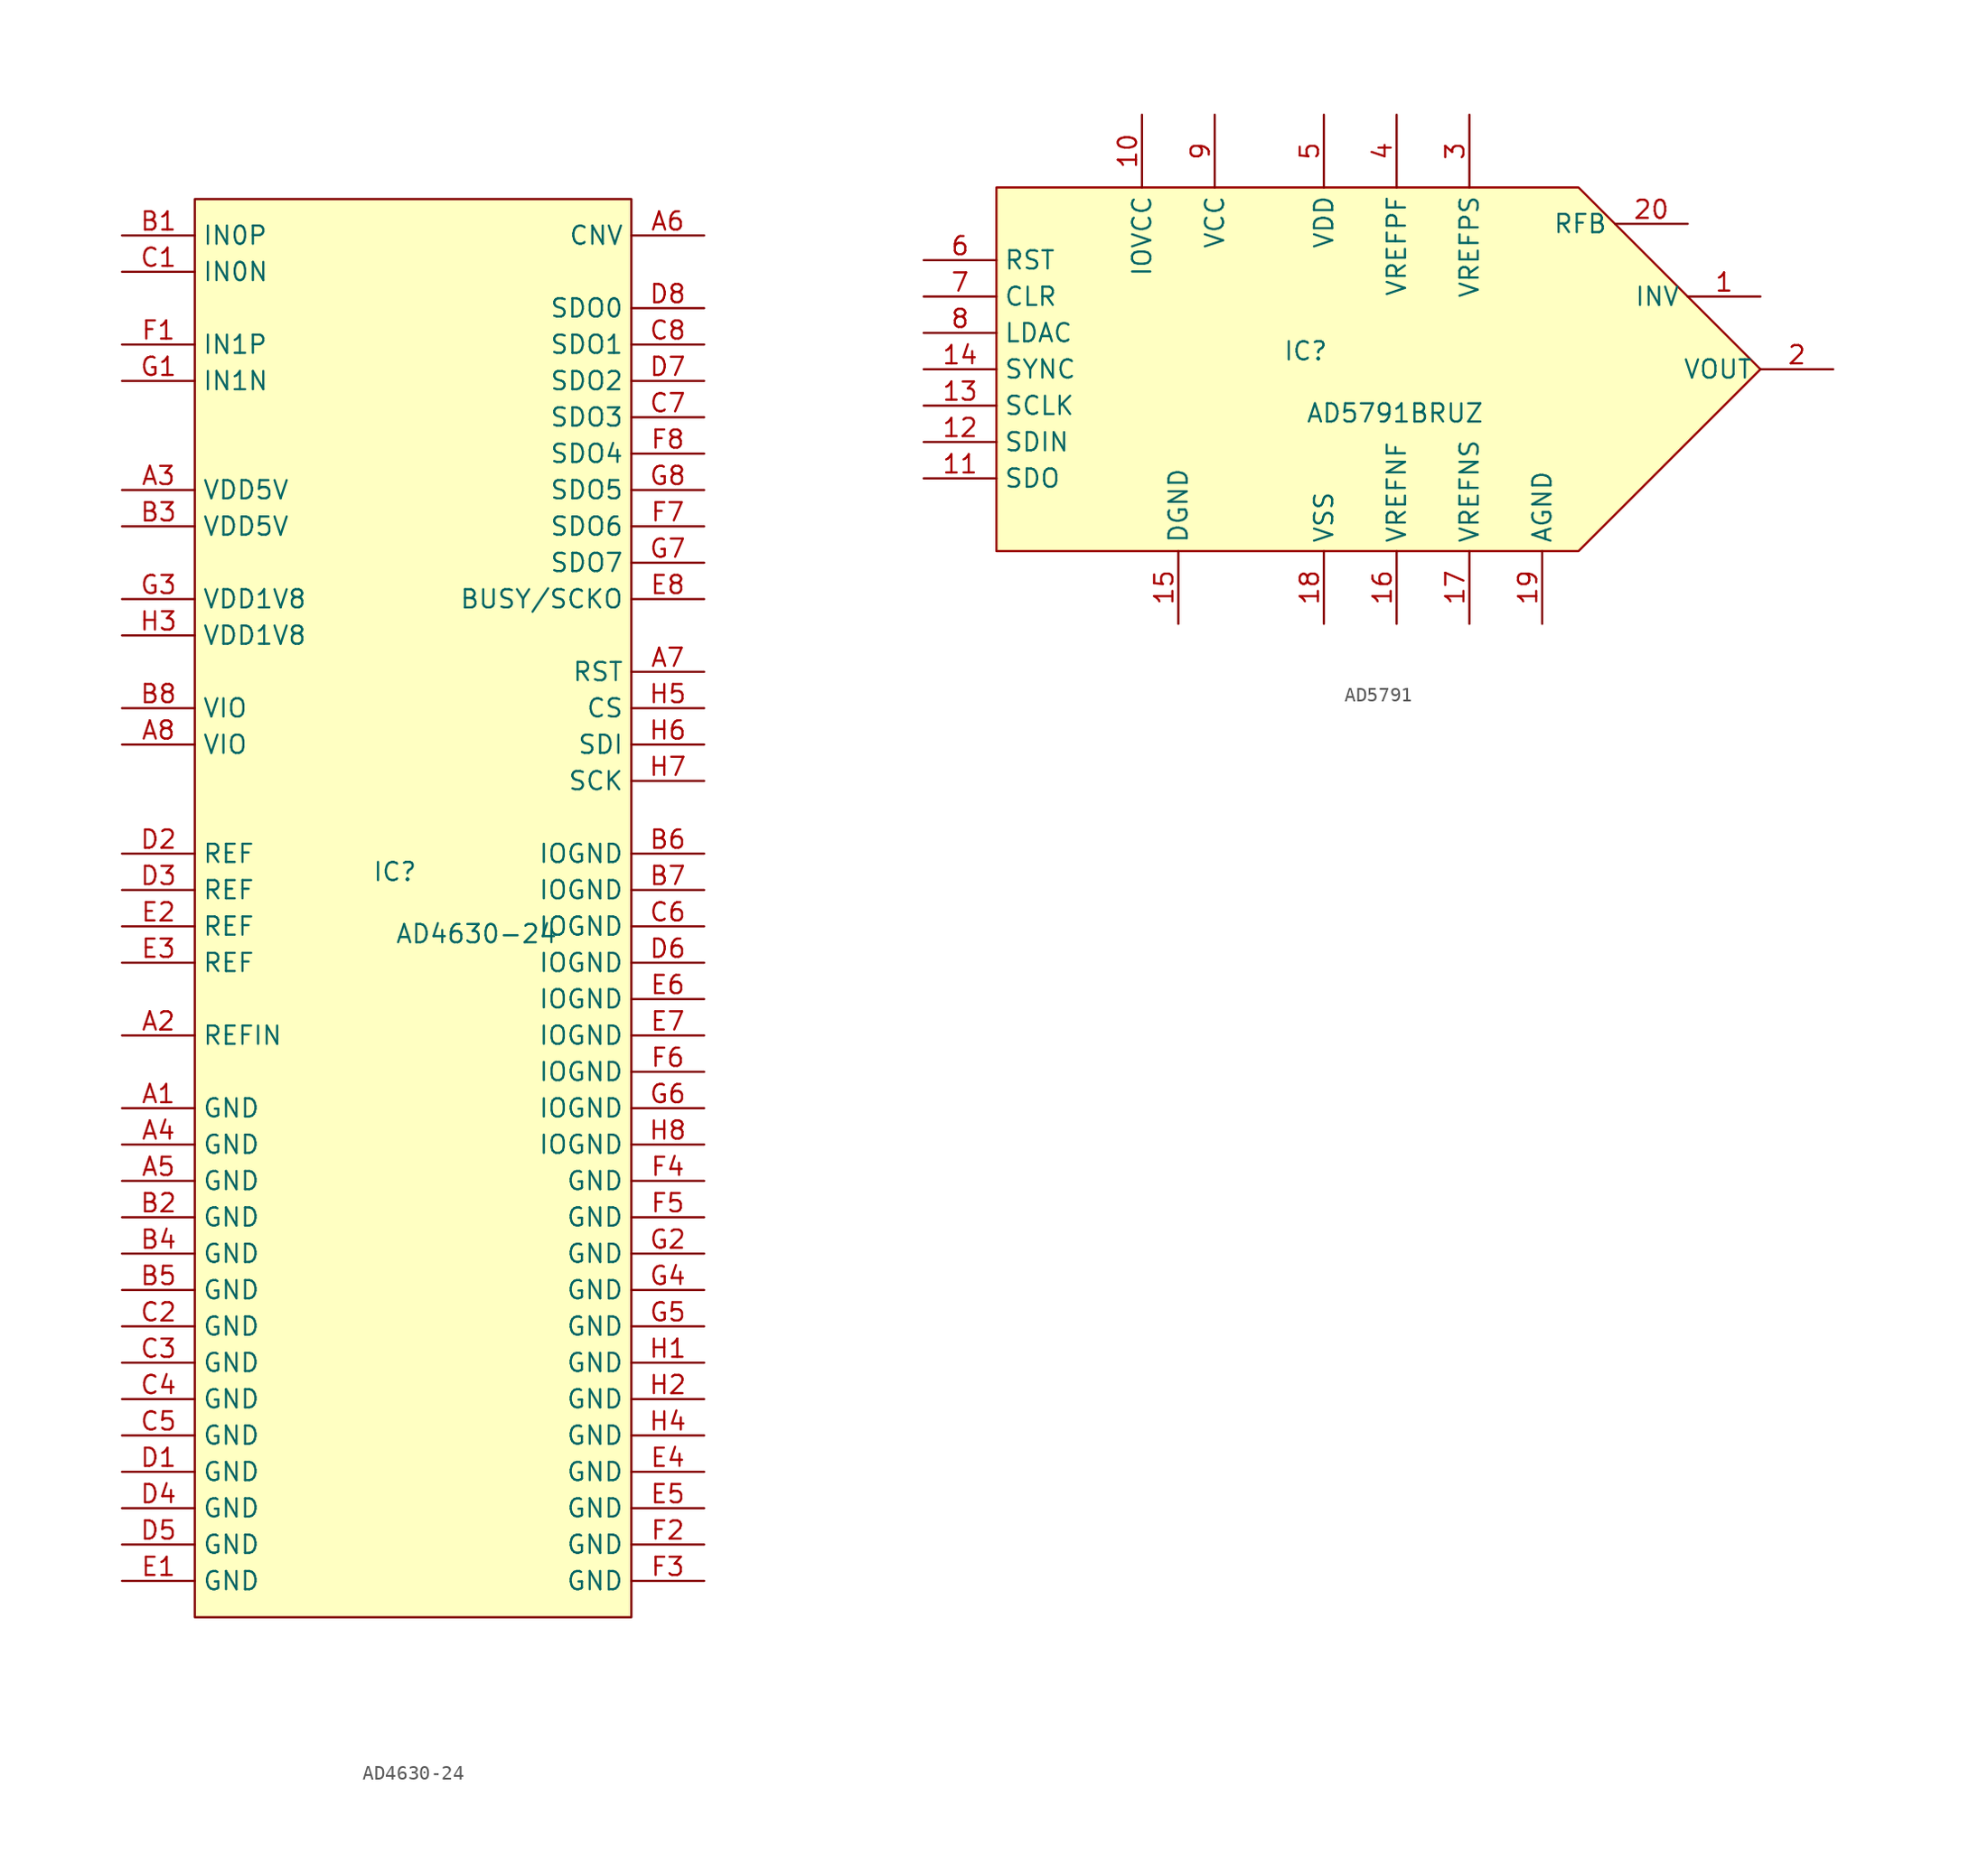
<source format=kicad_sym>
(kicad_symbol_lib
  (version 20231120)
  (generator "kicad_symbol_editor")
  (generator_version "8.0")
  (symbol "AD4630-24"
    (property "Reference" "IC"
      (at -1.27 1.27 0)
      (effects (font (size 1.27 1.27))))
    (property "Value" "AD4630-24"
      (at -1.27 -3.81 0)
      (effects (font (size 1.27 1.27)) (justify left bottom)))
    (symbol "AD4630-24_1_0"
      (rectangle (start -15.24 48.26) (end 15.24 -50.8) (stroke (width 0) (type solid) (color 128 0 0 1)) (fill (type background)))
      (pin passive line (at -20.32 -15.24 0) (length 5.08) (name "GND" (effects (font (size 1.27 1.27)))) (number "A1" (effects (font (size 1.27 1.27)))))
      (pin passive line (at -20.32 -10.16 0) (length 5.08) (name "REFIN" (effects (font (size 1.27 1.27)))) (number "A2" (effects (font (size 1.27 1.27)))))
      (pin passive line (at -20.32 27.94 0) (length 5.08) (name "VDD5V" (effects (font (size 1.27 1.27)))) (number "A3" (effects (font (size 1.27 1.27)))))
      (pin passive line (at -20.32 -17.78 0) (length 5.08) (name "GND" (effects (font (size 1.27 1.27)))) (number "A4" (effects (font (size 1.27 1.27)))))
      (pin passive line (at -20.32 -20.32 0) (length 5.08) (name "GND" (effects (font (size 1.27 1.27)))) (number "A5" (effects (font (size 1.27 1.27)))))
      (pin input line (at 20.32 45.72 180) (length 5.08) (name "CNV" (effects (font (size 1.27 1.27)))) (number "A6" (effects (font (size 1.27 1.27)))))
      (pin input line (at 20.32 15.24 180) (length 5.08) (name "RST" (effects (font (size 1.27 1.27)))) (number "A7" (effects (font (size 1.27 1.27)))))
      (pin passive line (at -20.32 10.16 0) (length 5.08) (name "VIO" (effects (font (size 1.27 1.27)))) (number "A8" (effects (font (size 1.27 1.27)))))
      (pin passive line (at -20.32 45.72 0) (length 5.08) (name "IN0P" (effects (font (size 1.27 1.27)))) (number "B1" (effects (font (size 1.27 1.27)))))
      (pin passive line (at -20.32 -22.86 0) (length 5.08) (name "GND" (effects (font (size 1.27 1.27)))) (number "B2" (effects (font (size 1.27 1.27)))))
      (pin passive line (at -20.32 25.4 0) (length 5.08) (name "VDD5V" (effects (font (size 1.27 1.27)))) (number "B3" (effects (font (size 1.27 1.27)))))
      (pin passive line (at -20.32 -25.4 0) (length 5.08) (name "GND" (effects (font (size 1.27 1.27)))) (number "B4" (effects (font (size 1.27 1.27)))))
      (pin passive line (at -20.32 -27.94 0) (length 5.08) (name "GND" (effects (font (size 1.27 1.27)))) (number "B5" (effects (font (size 1.27 1.27)))))
      (pin passive line (at 20.32 2.54 180) (length 5.08) (name "IOGND" (effects (font (size 1.27 1.27)))) (number "B6" (effects (font (size 1.27 1.27)))))
      (pin passive line (at 20.32 0 180) (length 5.08) (name "IOGND" (effects (font (size 1.27 1.27)))) (number "B7" (effects (font (size 1.27 1.27)))))
      (pin passive line (at -20.32 12.7 0) (length 5.08) (name "VIO" (effects (font (size 1.27 1.27)))) (number "B8" (effects (font (size 1.27 1.27)))))
      (pin passive line (at -20.32 43.18 0) (length 5.08) (name "IN0N" (effects (font (size 1.27 1.27)))) (number "C1" (effects (font (size 1.27 1.27)))))
      (pin passive line (at -20.32 -30.48 0) (length 5.08) (name "GND" (effects (font (size 1.27 1.27)))) (number "C2" (effects (font (size 1.27 1.27)))))
      (pin passive line (at -20.32 -33.02 0) (length 5.08) (name "GND" (effects (font (size 1.27 1.27)))) (number "C3" (effects (font (size 1.27 1.27)))))
      (pin passive line (at -20.32 -35.56 0) (length 5.08) (name "GND" (effects (font (size 1.27 1.27)))) (number "C4" (effects (font (size 1.27 1.27)))))
      (pin passive line (at -20.32 -38.1 0) (length 5.08) (name "GND" (effects (font (size 1.27 1.27)))) (number "C5" (effects (font (size 1.27 1.27)))))
      (pin passive line (at 20.32 -2.54 180) (length 5.08) (name "IOGND" (effects (font (size 1.27 1.27)))) (number "C6" (effects (font (size 1.27 1.27)))))
      (pin output line (at 20.32 33.02 180) (length 5.08) (name "SDO3" (effects (font (size 1.27 1.27)))) (number "C7" (effects (font (size 1.27 1.27)))))
      (pin output line (at 20.32 38.1 180) (length 5.08) (name "SDO1" (effects (font (size 1.27 1.27)))) (number "C8" (effects (font (size 1.27 1.27)))))
      (pin passive line (at -20.32 -40.64 0) (length 5.08) (name "GND" (effects (font (size 1.27 1.27)))) (number "D1" (effects (font (size 1.27 1.27)))))
      (pin passive line (at -20.32 2.54 0) (length 5.08) (name "REF" (effects (font (size 1.27 1.27)))) (number "D2" (effects (font (size 1.27 1.27)))))
      (pin passive line (at -20.32 0 0) (length 5.08) (name "REF" (effects (font (size 1.27 1.27)))) (number "D3" (effects (font (size 1.27 1.27)))))
      (pin passive line (at -20.32 -43.18 0) (length 5.08) (name "GND" (effects (font (size 1.27 1.27)))) (number "D4" (effects (font (size 1.27 1.27)))))
      (pin passive line (at -20.32 -45.72 0) (length 5.08) (name "GND" (effects (font (size 1.27 1.27)))) (number "D5" (effects (font (size 1.27 1.27)))))
      (pin passive line (at 20.32 -5.08 180) (length 5.08) (name "IOGND" (effects (font (size 1.27 1.27)))) (number "D6" (effects (font (size 1.27 1.27)))))
      (pin output line (at 20.32 35.56 180) (length 5.08) (name "SDO2" (effects (font (size 1.27 1.27)))) (number "D7" (effects (font (size 1.27 1.27)))))
      (pin output line (at 20.32 40.64 180) (length 5.08) (name "SDO0" (effects (font (size 1.27 1.27)))) (number "D8" (effects (font (size 1.27 1.27)))))
      (pin passive line (at -20.32 -48.26 0) (length 5.08) (name "GND" (effects (font (size 1.27 1.27)))) (number "E1" (effects (font (size 1.27 1.27)))))
      (pin passive line (at -20.32 -2.54 0) (length 5.08) (name "REF" (effects (font (size 1.27 1.27)))) (number "E2" (effects (font (size 1.27 1.27)))))
      (pin passive line (at -20.32 -5.08 0) (length 5.08) (name "REF" (effects (font (size 1.27 1.27)))) (number "E3" (effects (font (size 1.27 1.27)))))
      (pin passive line (at 20.32 -40.64 180) (length 5.08) (name "GND" (effects (font (size 1.27 1.27)))) (number "E4" (effects (font (size 1.27 1.27)))))
      (pin passive line (at 20.32 -43.18 180) (length 5.08) (name "GND" (effects (font (size 1.27 1.27)))) (number "E5" (effects (font (size 1.27 1.27)))))
      (pin passive line (at 20.32 -7.62 180) (length 5.08) (name "IOGND" (effects (font (size 1.27 1.27)))) (number "E6" (effects (font (size 1.27 1.27)))))
      (pin passive line (at 20.32 -10.16 180) (length 5.08) (name "IOGND" (effects (font (size 1.27 1.27)))) (number "E7" (effects (font (size 1.27 1.27)))))
      (pin output line (at 20.32 20.32 180) (length 5.08) (name "BUSY/SCKO" (effects (font (size 1.27 1.27)))) (number "E8" (effects (font (size 1.27 1.27)))))
      (pin passive line (at -20.32 38.1 0) (length 5.08) (name "IN1P" (effects (font (size 1.27 1.27)))) (number "F1" (effects (font (size 1.27 1.27)))))
      (pin passive line (at 20.32 -45.72 180) (length 5.08) (name "GND" (effects (font (size 1.27 1.27)))) (number "F2" (effects (font (size 1.27 1.27)))))
      (pin passive line (at 20.32 -48.26 180) (length 5.08) (name "GND" (effects (font (size 1.27 1.27)))) (number "F3" (effects (font (size 1.27 1.27)))))
      (pin passive line (at 20.32 -20.32 180) (length 5.08) (name "GND" (effects (font (size 1.27 1.27)))) (number "F4" (effects (font (size 1.27 1.27)))))
      (pin passive line (at 20.32 -22.86 180) (length 5.08) (name "GND" (effects (font (size 1.27 1.27)))) (number "F5" (effects (font (size 1.27 1.27)))))
      (pin passive line (at 20.32 -12.7 180) (length 5.08) (name "IOGND" (effects (font (size 1.27 1.27)))) (number "F6" (effects (font (size 1.27 1.27)))))
      (pin output line (at 20.32 25.4 180) (length 5.08) (name "SDO6" (effects (font (size 1.27 1.27)))) (number "F7" (effects (font (size 1.27 1.27)))))
      (pin output line (at 20.32 30.48 180) (length 5.08) (name "SDO4" (effects (font (size 1.27 1.27)))) (number "F8" (effects (font (size 1.27 1.27)))))
      (pin passive line (at -20.32 35.56 0) (length 5.08) (name "IN1N" (effects (font (size 1.27 1.27)))) (number "G1" (effects (font (size 1.27 1.27)))))
      (pin passive line (at 20.32 -25.4 180) (length 5.08) (name "GND" (effects (font (size 1.27 1.27)))) (number "G2" (effects (font (size 1.27 1.27)))))
      (pin passive line (at -20.32 20.32 0) (length 5.08) (name "VDD1V8" (effects (font (size 1.27 1.27)))) (number "G3" (effects (font (size 1.27 1.27)))))
      (pin passive line (at 20.32 -27.94 180) (length 5.08) (name "GND" (effects (font (size 1.27 1.27)))) (number "G4" (effects (font (size 1.27 1.27)))))
      (pin passive line (at 20.32 -30.48 180) (length 5.08) (name "GND" (effects (font (size 1.27 1.27)))) (number "G5" (effects (font (size 1.27 1.27)))))
      (pin passive line (at 20.32 -15.24 180) (length 5.08) (name "IOGND" (effects (font (size 1.27 1.27)))) (number "G6" (effects (font (size 1.27 1.27)))))
      (pin output line (at 20.32 22.86 180) (length 5.08) (name "SDO7" (effects (font (size 1.27 1.27)))) (number "G7" (effects (font (size 1.27 1.27)))))
      (pin output line (at 20.32 27.94 180) (length 5.08) (name "SDO5" (effects (font (size 1.27 1.27)))) (number "G8" (effects (font (size 1.27 1.27)))))
      (pin passive line (at 20.32 -33.02 180) (length 5.08) (name "GND" (effects (font (size 1.27 1.27)))) (number "H1" (effects (font (size 1.27 1.27)))))
      (pin passive line (at 20.32 -35.56 180) (length 5.08) (name "GND" (effects (font (size 1.27 1.27)))) (number "H2" (effects (font (size 1.27 1.27)))))
      (pin passive line (at -20.32 17.78 0) (length 5.08) (name "VDD1V8" (effects (font (size 1.27 1.27)))) (number "H3" (effects (font (size 1.27 1.27)))))
      (pin passive line (at 20.32 -38.1 180) (length 5.08) (name "GND" (effects (font (size 1.27 1.27)))) (number "H4" (effects (font (size 1.27 1.27)))))
      (pin input line (at 20.32 12.7 180) (length 5.08) (name "CS" (effects (font (size 1.27 1.27)))) (number "H5" (effects (font (size 1.27 1.27)))))
      (pin input line (at 20.32 10.16 180) (length 5.08) (name "SDI" (effects (font (size 1.27 1.27)))) (number "H6" (effects (font (size 1.27 1.27)))))
      (pin input line (at 20.32 7.62 180) (length 5.08) (name "SCK" (effects (font (size 1.27 1.27)))) (number "H7" (effects (font (size 1.27 1.27)))))
      (pin passive line (at 20.32 -17.78 180) (length 5.08) (name "IOGND" (effects (font (size 1.27 1.27)))) (number "H8" (effects (font (size 1.27 1.27)))))))
  (symbol "AD5791"
    (property "Reference" "IC"
      (at -1.27 1.27 0)
      (effects (font (size 1.27 1.27))))
    (property "Value" "AD5791BRUZ"
      (at -1.27 -3.81 0)
      (effects (font (size 1.27 1.27)) (justify left bottom)))
    (symbol "AD5791_1_0"
      (polyline (pts (xy 30.48 0) (xy 17.78 12.7) (xy -22.86 12.7) (xy -22.86 -12.7) (xy 17.78 -12.7) (xy 30.48 0)) (stroke (width 0) (type solid) (color 152 0 0 1)) (fill (type background)))
      (pin passive line (at 30.48 5.08 180) (length 5.08) (name "INV" (effects (font (size 1.27 1.27)))) (number "1" (effects (font (size 1.27 1.27)))))
      (pin passive line (at -12.7 17.78 270) (length 5.08) (name "IOVCC" (effects (font (size 1.27 1.27)))) (number "10" (effects (font (size 1.27 1.27)))))
      (pin output line (at -27.94 -7.62 0) (length 5.08) (name "SDO" (effects (font (size 1.27 1.27)))) (number "11" (effects (font (size 1.27 1.27)))))
      (pin input line (at -27.94 -5.08 0) (length 5.08) (name "SDIN" (effects (font (size 1.27 1.27)))) (number "12" (effects (font (size 1.27 1.27)))))
      (pin input line (at -27.94 -2.54 0) (length 5.08) (name "SCLK" (effects (font (size 1.27 1.27)))) (number "13" (effects (font (size 1.27 1.27)))))
      (pin input line (at -27.94 0 0) (length 5.08) (name "SYNC" (effects (font (size 1.27 1.27)))) (number "14" (effects (font (size 1.27 1.27)))))
      (pin passive line (at -10.16 -17.78 90) (length 5.08) (name "DGND" (effects (font (size 1.27 1.27)))) (number "15" (effects (font (size 1.27 1.27)))))
      (pin passive line (at 5.08 -17.78 90) (length 5.08) (name "VREFNF" (effects (font (size 1.27 1.27)))) (number "16" (effects (font (size 1.27 1.27)))))
      (pin passive line (at 10.16 -17.78 90) (length 5.08) (name "VREFNS" (effects (font (size 1.27 1.27)))) (number "17" (effects (font (size 1.27 1.27)))))
      (pin passive line (at 0 -17.78 90) (length 5.08) (name "VSS" (effects (font (size 1.27 1.27)))) (number "18" (effects (font (size 1.27 1.27)))))
      (pin passive line (at 15.24 -17.78 90) (length 5.08) (name "AGND" (effects (font (size 1.27 1.27)))) (number "19" (effects (font (size 1.27 1.27)))))
      (pin passive line (at 35.56 0 180) (length 5.08) (name "VOUT" (effects (font (size 1.27 1.27)))) (number "2" (effects (font (size 1.27 1.27)))))
      (pin passive line (at 25.4 10.16 180) (length 5.08) (name "RFB" (effects (font (size 1.27 1.27)))) (number "20" (effects (font (size 1.27 1.27)))))
      (pin passive line (at 10.16 17.78 270) (length 5.08) (name "VREFPS" (effects (font (size 1.27 1.27)))) (number "3" (effects (font (size 1.27 1.27)))))
      (pin passive line (at 5.08 17.78 270) (length 5.08) (name "VREFPF" (effects (font (size 1.27 1.27)))) (number "4" (effects (font (size 1.27 1.27)))))
      (pin passive line (at 0 17.78 270) (length 5.08) (name "VDD" (effects (font (size 1.27 1.27)))) (number "5" (effects (font (size 1.27 1.27)))))
      (pin input line (at -27.94 7.62 0) (length 5.08) (name "RST" (effects (font (size 1.27 1.27)))) (number "6" (effects (font (size 1.27 1.27)))))
      (pin input line (at -27.94 5.08 0) (length 5.08) (name "CLR" (effects (font (size 1.27 1.27)))) (number "7" (effects (font (size 1.27 1.27)))))
      (pin input line (at -27.94 2.54 0) (length 5.08) (name "LDAC" (effects (font (size 1.27 1.27)))) (number "8" (effects (font (size 1.27 1.27)))))
      (pin passive line (at -7.62 17.78 270) (length 5.08) (name "VCC" (effects (font (size 1.27 1.27)))) (number "9" (effects (font (size 1.27 1.27))))))))
</source>
